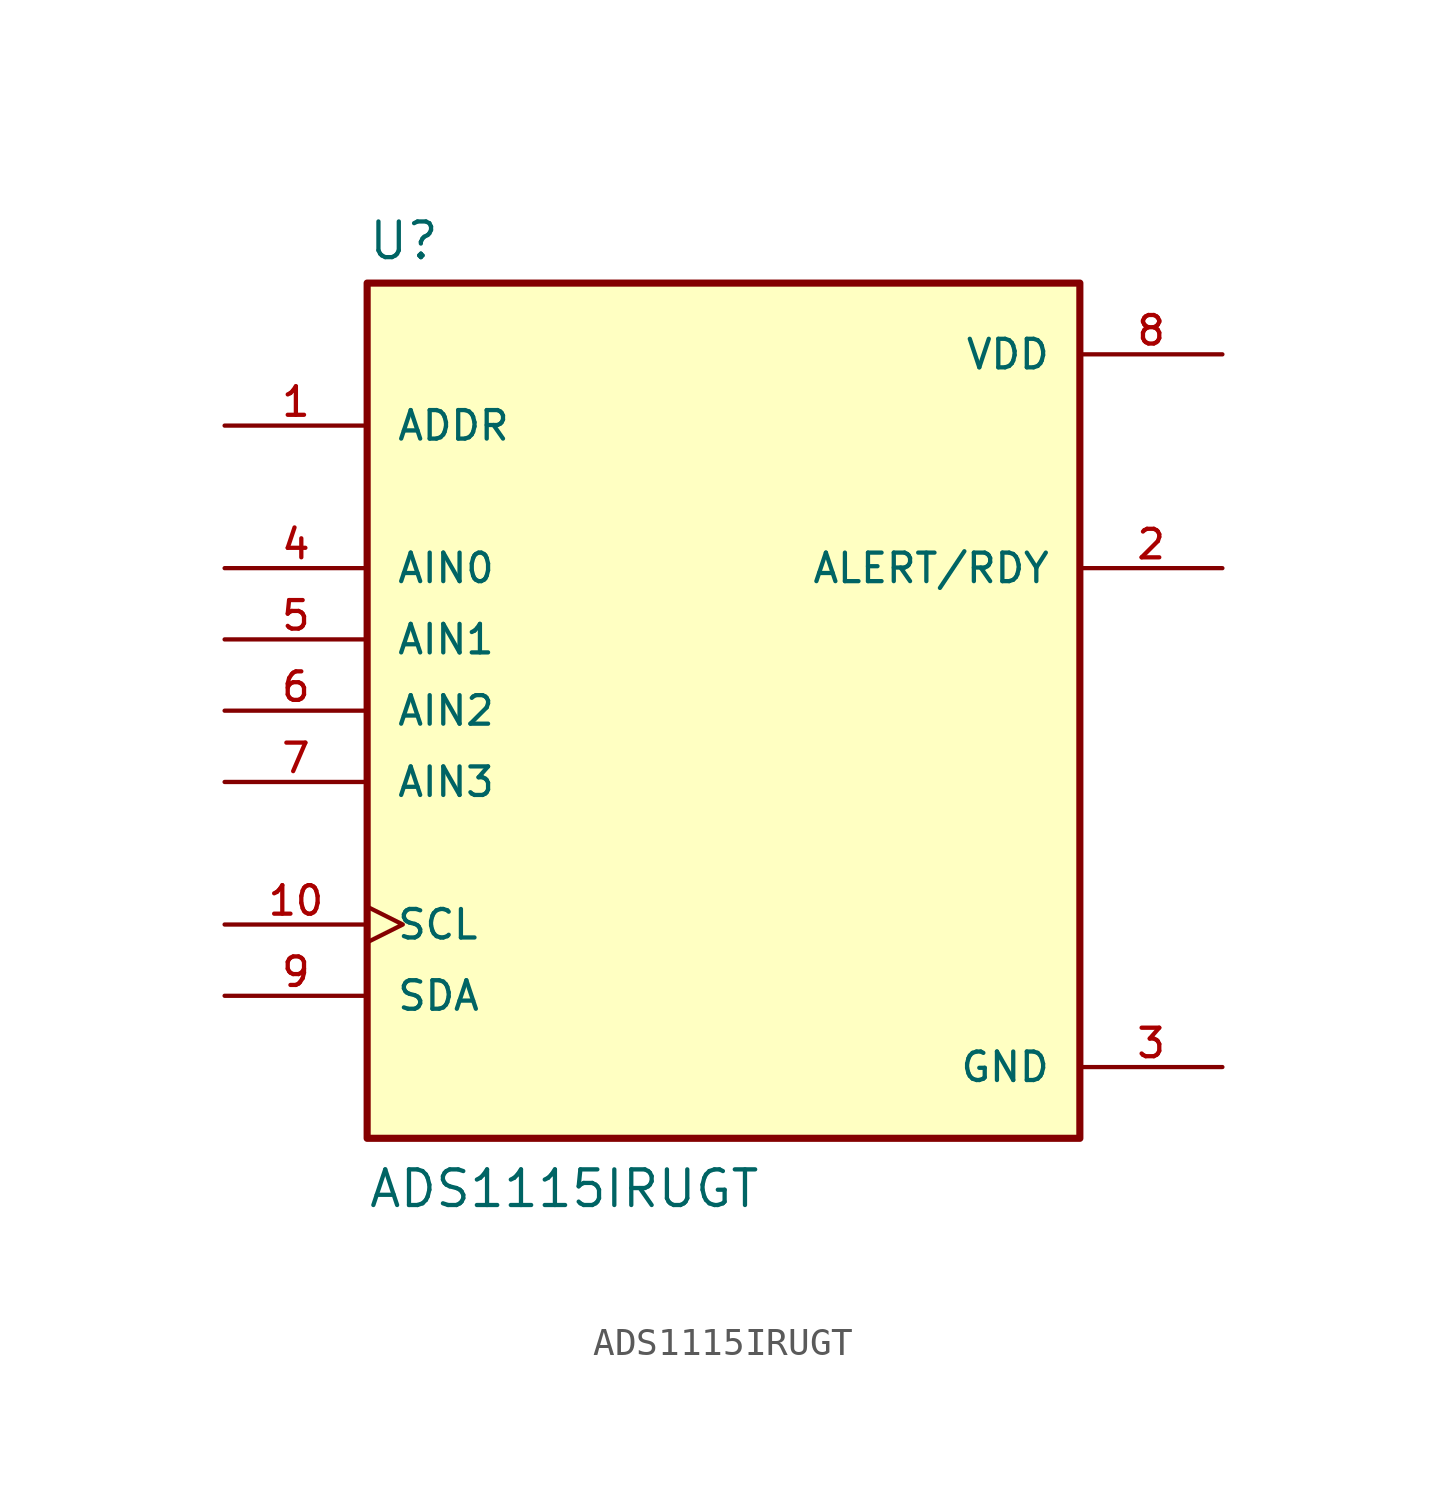
<source format=kicad_sym>
(kicad_symbol_lib
  (version 20241209)
  (generator "kicad_symbol_editor")
  (generator_version "9.0")
  (symbol "ADS1115IRUGT"
    (pin_names
      (offset 1.016))
    (property "Reference" "U"
      (at -12.7 16.002 0)
      (effects (font (size 1.27 1.27)) (justify left bottom)))
    (property "Value" "ADS1115IRUGT"
      (at -12.7 -17.78 0)
      (effects (font (size 1.27 1.27)) (justify left bottom)))
    (symbol "ADS1115IRUGT_0_0"
      (rectangle (start -12.7 -15.24) (end 12.7 15.24) (stroke (width 0.254) (type default)) (fill (type background)))
      (pin input line (at -17.78 10.16 0) (length 5.08) (name "ADDR" (effects (font (size 1.016 1.016)))) (number "1" (effects (font (size 1.016 1.016)))))
      (pin input line (at -17.78 5.08 0) (length 5.08) (name "AIN0" (effects (font (size 1.016 1.016)))) (number "4" (effects (font (size 1.016 1.016)))))
      (pin input line (at -17.78 2.54 0) (length 5.08) (name "AIN1" (effects (font (size 1.016 1.016)))) (number "5" (effects (font (size 1.016 1.016)))))
      (pin input line (at -17.78 0 0) (length 5.08) (name "AIN2" (effects (font (size 1.016 1.016)))) (number "6" (effects (font (size 1.016 1.016)))))
      (pin input line (at -17.78 -2.54 0) (length 5.08) (name "AIN3" (effects (font (size 1.016 1.016)))) (number "7" (effects (font (size 1.016 1.016)))))
      (pin input clock (at -17.78 -7.62 0) (length 5.08) (name "SCL" (effects (font (size 1.016 1.016)))) (number "10" (effects (font (size 1.016 1.016)))))
      (pin bidirectional line (at -17.78 -10.16 0) (length 5.08) (name "SDA" (effects (font (size 1.016 1.016)))) (number "9" (effects (font (size 1.016 1.016)))))
      (pin power_in line (at 17.78 12.7 180) (length 5.08) (name "VDD" (effects (font (size 1.016 1.016)))) (number "8" (effects (font (size 1.016 1.016)))))
      (pin output line (at 17.78 5.08 180) (length 5.08) (name "ALERT/RDY" (effects (font (size 1.016 1.016)))) (number "2" (effects (font (size 1.016 1.016)))))
      (pin power_in line (at 17.78 -12.7 180) (length 5.08) (name "GND" (effects (font (size 1.016 1.016)))) (number "3" (effects (font (size 1.016 1.016))))))))
</source>
